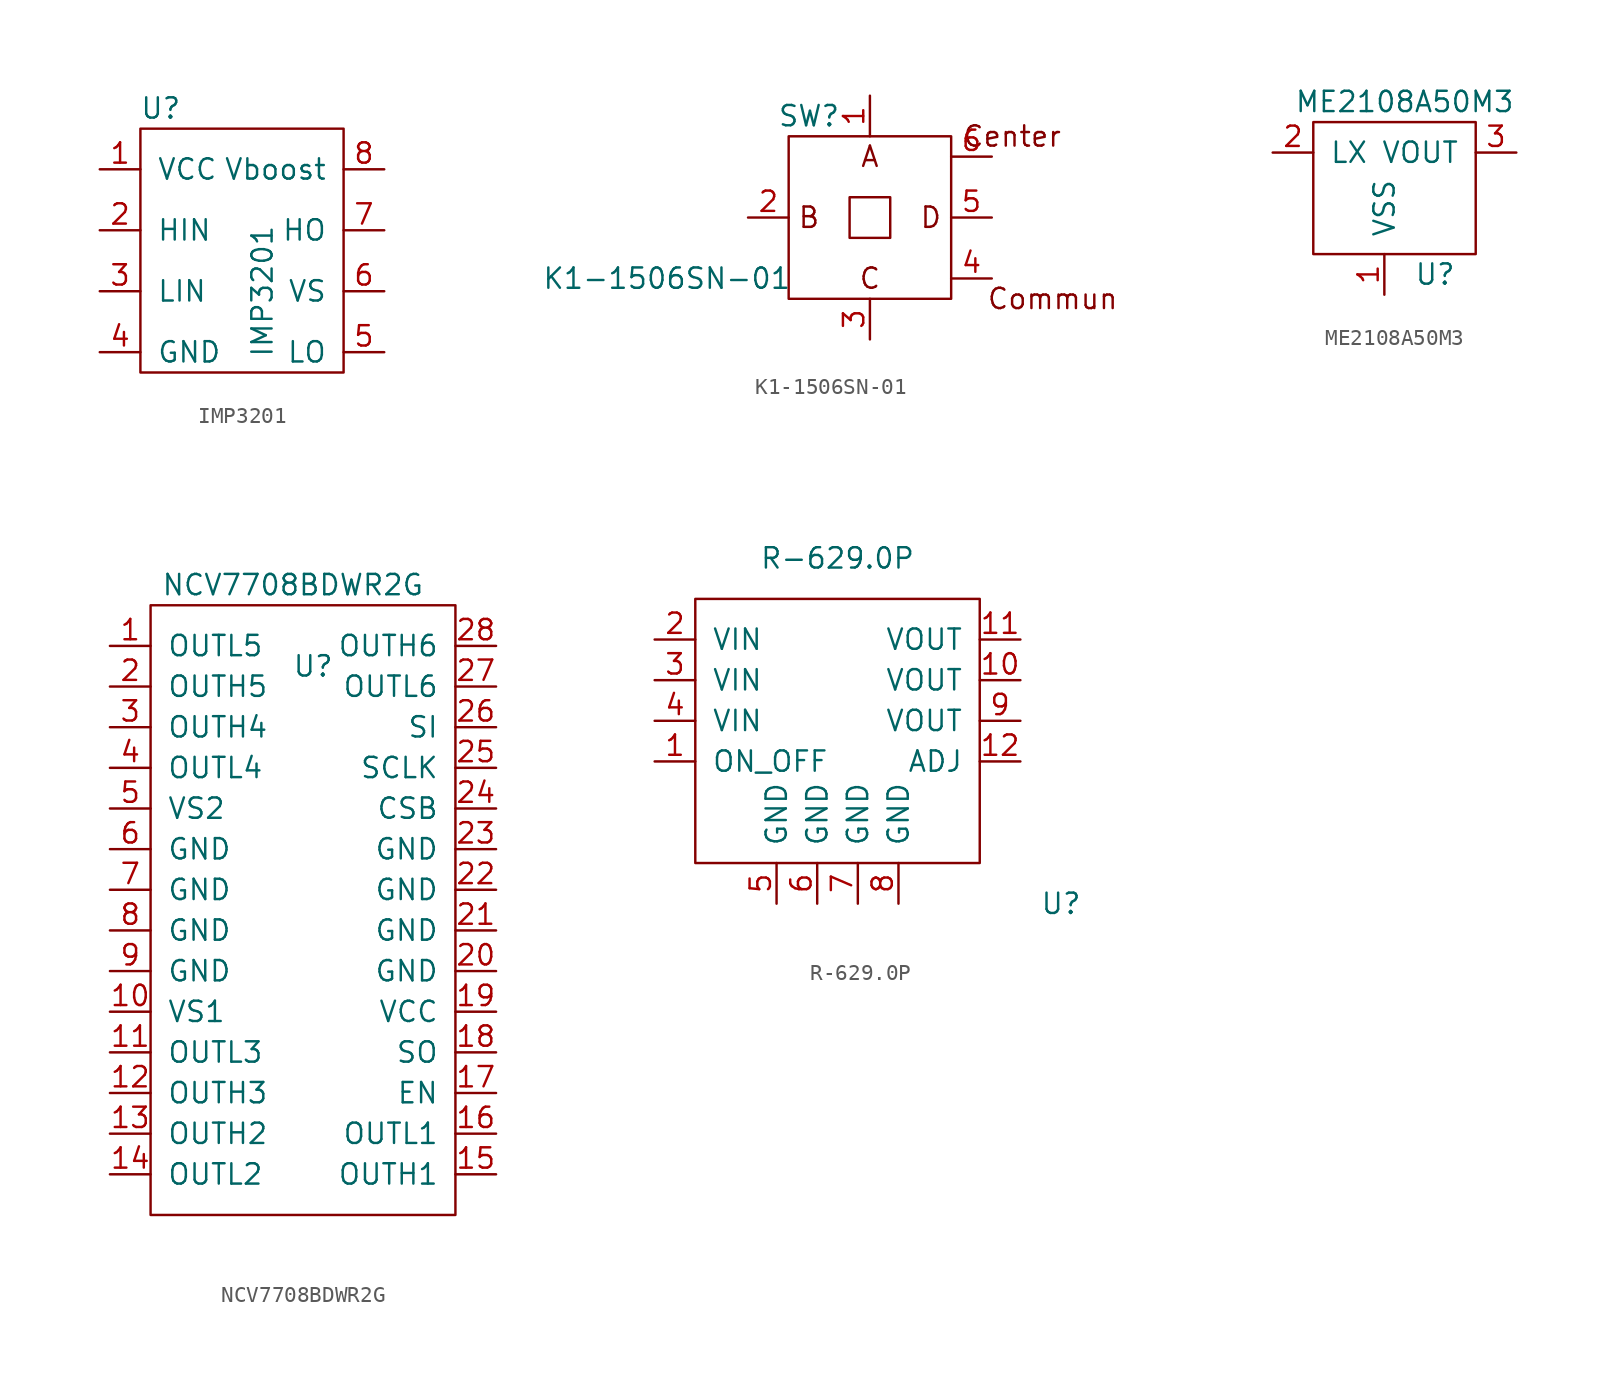
<source format=kicad_sym>
(kicad_symbol_lib
  (version 20231120)
  (generator "kicad_symbol_editor")
  (generator_version "8.0")
  (symbol "IMP3201"
    (pin_names
      (offset 1.016))
    (property "Reference" "U"
      (at -5.08 8.89 0)
      (effects (font (size 1.27 1.27))))
    (property "Value" "IMP3201"
      (at 1.27 -2.54 90)
      (effects (font (size 1.27 1.27))))
    (symbol "IMP3201_0_1"
      (rectangle (start -6.35 7.62) (end 6.35 -7.62) (stroke (width 0) (type default)) (fill (type none))))
    (symbol "IMP3201_1_1"
      (pin power_in line (at -8.89 5.08 0) (length 2.54) (name "VCC" (effects (font (size 1.27 1.27)))) (number "1" (effects (font (size 1.27 1.27)))))
      (pin input line (at -8.89 1.27 0) (length 2.54) (name "HIN" (effects (font (size 1.27 1.27)))) (number "2" (effects (font (size 1.27 1.27)))))
      (pin input line (at -8.89 -2.54 0) (length 2.54) (name "LIN" (effects (font (size 1.27 1.27)))) (number "3" (effects (font (size 1.27 1.27)))))
      (pin passive line (at -8.89 -6.35 0) (length 2.54) (name "GND" (effects (font (size 1.27 1.27)))) (number "4" (effects (font (size 1.27 1.27)))))
      (pin output line (at 8.89 -6.35 180) (length 2.54) (name "LO" (effects (font (size 1.27 1.27)))) (number "5" (effects (font (size 1.27 1.27)))))
      (pin passive line (at 8.89 -2.54 180) (length 2.54) (name "VS" (effects (font (size 1.27 1.27)))) (number "6" (effects (font (size 1.27 1.27)))))
      (pin output line (at 8.89 1.27 180) (length 2.54) (name "HO" (effects (font (size 1.27 1.27)))) (number "7" (effects (font (size 1.27 1.27)))))
      (pin passive line (at 8.89 5.08 180) (length 2.54) (name "Vboost" (effects (font (size 1.27 1.27)))) (number "8" (effects (font (size 1.27 1.27)))))))
  (symbol "K1-1506SN-01"
    (pin_names
      (offset 0) hide)
    (property "Reference" "SW"
      (at -3.81 6.35 0)
      (effects (font (size 1.27 1.27))))
    (property "Value" "K1-1506SN-01"
      (at -12.7 -3.81 0)
      (effects (font (size 1.27 1.27))))
    (symbol "K1-1506SN-01_0_0"
      (text "A" (at 0 3.81 0) (effects (font (size 1.27 1.27))))
      (text "B" (at -3.81 0 0) (effects (font (size 1.27 1.27))))
      (text "C" (at 0 -3.81 0) (effects (font (size 1.27 1.27))))
      (text "Center" (at 8.89 5.08 0) (effects (font (size 1.27 1.27))))
      (text "Commun" (at 11.43 -5.08 0) (effects (font (size 1.27 1.27))))
      (text "D" (at 3.81 0 0) (effects (font (size 1.27 1.27)))))
    (symbol "K1-1506SN-01_0_1"
      (rectangle (start -5.08 5.08) (end 5.08 -5.08) (stroke (width 0) (type default)) (fill (type none)))
      (rectangle (start -1.27 1.27) (end 1.27 -1.27) (stroke (width 0) (type default)) (fill (type none))))
    (symbol "K1-1506SN-01_1_1"
      (pin passive line (at 0 7.62 270) (length 2.54) (name "~" (effects (font (size 1.27 1.27)))) (number "1" (effects (font (size 1.27 1.27)))))
      (pin passive line (at -7.62 0 0) (length 2.54) (name "~" (effects (font (size 1.27 1.27)))) (number "2" (effects (font (size 1.27 1.27)))))
      (pin passive line (at 0 -7.62 90) (length 2.54) (name "~" (effects (font (size 1.27 1.27)))) (number "3" (effects (font (size 1.27 1.27)))))
      (pin passive line (at 7.62 -3.81 180) (length 2.54) (name "~" (effects (font (size 1.27 1.27)))) (number "4" (effects (font (size 1.27 1.27)))))
      (pin passive line (at 7.62 0 180) (length 2.54) (name "~" (effects (font (size 1.27 1.27)))) (number "5" (effects (font (size 1.27 1.27)))))
      (pin passive line (at 7.62 3.81 180) (length 2.54) (name "~" (effects (font (size 1.27 1.27)))) (number "6" (effects (font (size 1.27 1.27)))))))
  (symbol "ME2108A50M3"
    (pin_names
      (offset 1.016))
    (property "Reference" "U"
      (at 3.175 -5.715 0)
      (effects (font (size 1.27 1.27))))
    (property "Value" "ME2108A50M3"
      (at 1.27 5.08 0)
      (effects (font (size 1.27 1.27))))
    (symbol "ME2108A50M3_0_1"
      (rectangle (start -4.445 3.81) (end 5.715 -4.445) (stroke (width 0) (type default)) (fill (type none))))
    (symbol "ME2108A50M3_1_1"
      (pin input line (at 0 -6.985 90) (length 2.54) (name "VSS" (effects (font (size 1.27 1.27)))) (number "1" (effects (font (size 1.27 1.27)))))
      (pin passive line (at -6.985 1.905 0) (length 2.54) (name "LX" (effects (font (size 1.27 1.27)))) (number "2" (effects (font (size 1.27 1.27)))))
      (pin passive line (at 8.255 1.905 180) (length 2.54) (name "VOUT" (effects (font (size 1.27 1.27)))) (number "3" (effects (font (size 1.27 1.27)))))))
  (symbol "NCV7708BDWR2G"
    (pin_names
      (offset 1.016))
    (property "Reference" "U"
      (at 0 0 0)
      (effects (font (size 1.27 1.27))))
    (property "Value" "NCV7708BDWR2G"
      (at -1.27 5.08 0)
      (effects (font (size 1.27 1.27))))
    (symbol "NCV7708BDWR2G_0_1"
      (rectangle (start -10.16 3.81) (end 8.89 -34.29) (stroke (width 0) (type default)) (fill (type none))))
    (symbol "NCV7708BDWR2G_1_1"
      (pin output line (at -12.7 1.27 0) (length 2.54) (name "OUTL5" (effects (font (size 1.27 1.27)))) (number "1" (effects (font (size 1.27 1.27)))))
      (pin power_in line (at -12.7 -21.59 0) (length 2.54) (name "VS1" (effects (font (size 1.27 1.27)))) (number "10" (effects (font (size 1.27 1.27)))))
      (pin output line (at -12.7 -24.13 0) (length 2.54) (name "OUTL3" (effects (font (size 1.27 1.27)))) (number "11" (effects (font (size 1.27 1.27)))))
      (pin output line (at -12.7 -26.67 0) (length 2.54) (name "OUTH3" (effects (font (size 1.27 1.27)))) (number "12" (effects (font (size 1.27 1.27)))))
      (pin output line (at -12.7 -29.21 0) (length 2.54) (name "OUTH2" (effects (font (size 1.27 1.27)))) (number "13" (effects (font (size 1.27 1.27)))))
      (pin output line (at -12.7 -31.75 0) (length 2.54) (name "OUTL2" (effects (font (size 1.27 1.27)))) (number "14" (effects (font (size 1.27 1.27)))))
      (pin output line (at 11.43 -31.75 180) (length 2.54) (name "OUTH1" (effects (font (size 1.27 1.27)))) (number "15" (effects (font (size 1.27 1.27)))))
      (pin output line (at 11.43 -29.21 180) (length 2.54) (name "OUTL1" (effects (font (size 1.27 1.27)))) (number "16" (effects (font (size 1.27 1.27)))))
      (pin input line (at 11.43 -26.67 180) (length 2.54) (name "EN" (effects (font (size 1.27 1.27)))) (number "17" (effects (font (size 1.27 1.27)))))
      (pin output line (at 11.43 -24.13 180) (length 2.54) (name "SO" (effects (font (size 1.27 1.27)))) (number "18" (effects (font (size 1.27 1.27)))))
      (pin power_in line (at 11.43 -21.59 180) (length 2.54) (name "VCC" (effects (font (size 1.27 1.27)))) (number "19" (effects (font (size 1.27 1.27)))))
      (pin output line (at -12.7 -1.27 0) (length 2.54) (name "OUTH5" (effects (font (size 1.27 1.27)))) (number "2" (effects (font (size 1.27 1.27)))))
      (pin passive line (at 11.43 -19.05 180) (length 2.54) (name "GND" (effects (font (size 1.27 1.27)))) (number "20" (effects (font (size 1.27 1.27)))))
      (pin passive line (at 11.43 -16.51 180) (length 2.54) (name "GND" (effects (font (size 1.27 1.27)))) (number "21" (effects (font (size 1.27 1.27)))))
      (pin passive line (at 11.43 -13.97 180) (length 2.54) (name "GND" (effects (font (size 1.27 1.27)))) (number "22" (effects (font (size 1.27 1.27)))))
      (pin passive line (at 11.43 -11.43 180) (length 2.54) (name "GND" (effects (font (size 1.27 1.27)))) (number "23" (effects (font (size 1.27 1.27)))))
      (pin input line (at 11.43 -8.89 180) (length 2.54) (name "CSB" (effects (font (size 1.27 1.27)))) (number "24" (effects (font (size 1.27 1.27)))))
      (pin input line (at 11.43 -6.35 180) (length 2.54) (name "SCLK" (effects (font (size 1.27 1.27)))) (number "25" (effects (font (size 1.27 1.27)))))
      (pin input line (at 11.43 -3.81 180) (length 2.54) (name "SI" (effects (font (size 1.27 1.27)))) (number "26" (effects (font (size 1.27 1.27)))))
      (pin output line (at 11.43 -1.27 180) (length 2.54) (name "OUTL6" (effects (font (size 1.27 1.27)))) (number "27" (effects (font (size 1.27 1.27)))))
      (pin output line (at 11.43 1.27 180) (length 2.54) (name "OUTH6" (effects (font (size 1.27 1.27)))) (number "28" (effects (font (size 1.27 1.27)))))
      (pin output line (at -12.7 -3.81 0) (length 2.54) (name "OUTH4" (effects (font (size 1.27 1.27)))) (number "3" (effects (font (size 1.27 1.27)))))
      (pin output line (at -12.7 -6.35 0) (length 2.54) (name "OUTL4" (effects (font (size 1.27 1.27)))) (number "4" (effects (font (size 1.27 1.27)))))
      (pin power_in line (at -12.7 -8.89 0) (length 2.54) (name "VS2" (effects (font (size 1.27 1.27)))) (number "5" (effects (font (size 1.27 1.27)))))
      (pin passive line (at -12.7 -11.43 0) (length 2.54) (name "GND" (effects (font (size 1.27 1.27)))) (number "6" (effects (font (size 1.27 1.27)))))
      (pin passive line (at -12.7 -13.97 0) (length 2.54) (name "GND" (effects (font (size 1.27 1.27)))) (number "7" (effects (font (size 1.27 1.27)))))
      (pin passive line (at -12.7 -16.51 0) (length 2.54) (name "GND" (effects (font (size 1.27 1.27)))) (number "8" (effects (font (size 1.27 1.27)))))
      (pin passive line (at -12.7 -19.05 0) (length 2.54) (name "GND" (effects (font (size 1.27 1.27)))) (number "9" (effects (font (size 1.27 1.27)))))))
  (symbol "R-629.0P"
    (pin_names
      (offset 1.016))
    (property "Reference" "U"
      (at 13.97 -10.16 0)
      (effects (font (size 1.27 1.27))))
    (property "Value" "R-629.0P"
      (at 0 11.43 0)
      (effects (font (size 1.27 1.27))))
    (symbol "R-629.0P_0_1"
      (rectangle (start -8.89 8.89) (end 8.89 -7.62) (stroke (width 0) (type default)) (fill (type none))))
    (symbol "R-629.0P_1_1"
      (pin input line (at -11.43 -1.27 0) (length 2.54) (name "ON_OFF" (effects (font (size 1.27 1.27)))) (number "1" (effects (font (size 1.27 1.27)))))
      (pin power_out line (at 11.43 3.81 180) (length 2.54) (name "VOUT" (effects (font (size 1.27 1.27)))) (number "10" (effects (font (size 1.27 1.27)))))
      (pin power_out line (at 11.43 6.35 180) (length 2.54) (name "VOUT" (effects (font (size 1.27 1.27)))) (number "11" (effects (font (size 1.27 1.27)))))
      (pin input line (at 11.43 -1.27 180) (length 2.54) (name "ADJ" (effects (font (size 1.27 1.27)))) (number "12" (effects (font (size 1.27 1.27)))))
      (pin power_in line (at -11.43 6.35 0) (length 2.54) (name "VIN" (effects (font (size 1.27 1.27)))) (number "2" (effects (font (size 1.27 1.27)))))
      (pin power_in line (at -11.43 3.81 0) (length 2.54) (name "VIN" (effects (font (size 1.27 1.27)))) (number "3" (effects (font (size 1.27 1.27)))))
      (pin power_in line (at -11.43 1.27 0) (length 2.54) (name "VIN" (effects (font (size 1.27 1.27)))) (number "4" (effects (font (size 1.27 1.27)))))
      (pin passive line (at -3.81 -10.16 90) (length 2.54) (name "GND" (effects (font (size 1.27 1.27)))) (number "5" (effects (font (size 1.27 1.27)))))
      (pin passive line (at -1.27 -10.16 90) (length 2.54) (name "GND" (effects (font (size 1.27 1.27)))) (number "6" (effects (font (size 1.27 1.27)))))
      (pin passive line (at 1.27 -10.16 90) (length 2.54) (name "GND" (effects (font (size 1.27 1.27)))) (number "7" (effects (font (size 1.27 1.27)))))
      (pin passive line (at 3.81 -10.16 90) (length 2.54) (name "GND" (effects (font (size 1.27 1.27)))) (number "8" (effects (font (size 1.27 1.27)))))
      (pin power_out line (at 11.43 1.27 180) (length 2.54) (name "VOUT" (effects (font (size 1.27 1.27)))) (number "9" (effects (font (size 1.27 1.27))))))))
</source>
